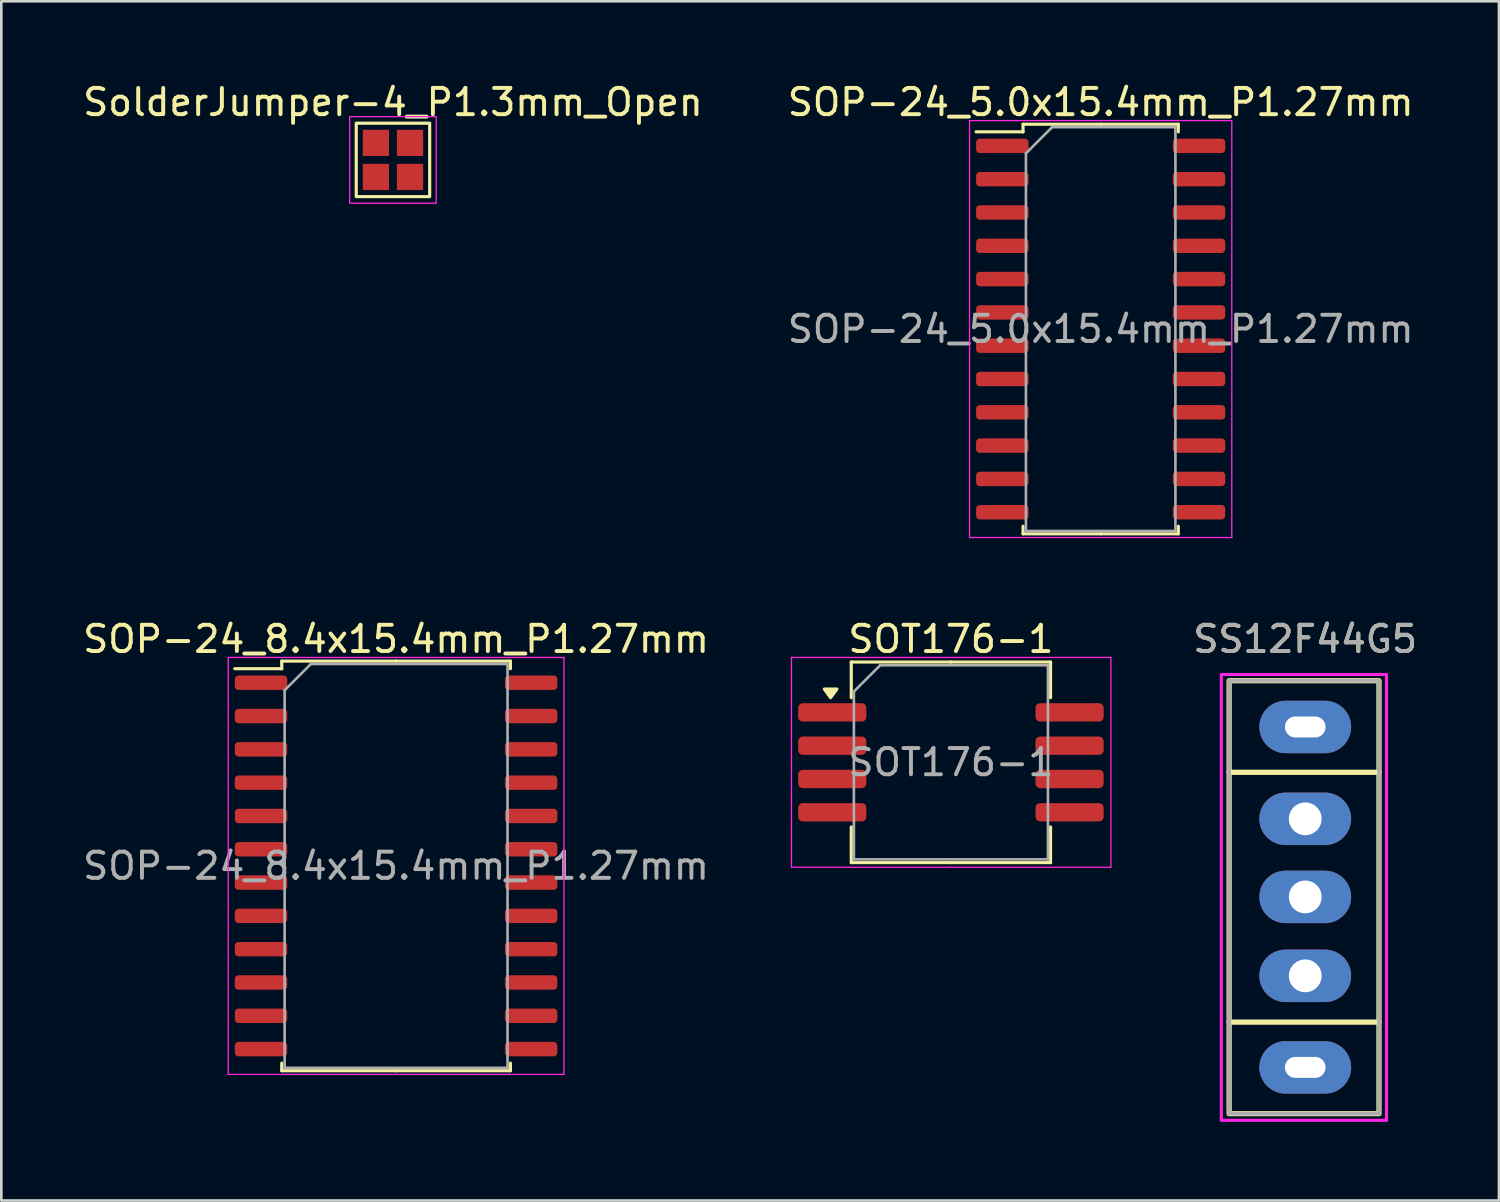
<source format=kicad_pcb>
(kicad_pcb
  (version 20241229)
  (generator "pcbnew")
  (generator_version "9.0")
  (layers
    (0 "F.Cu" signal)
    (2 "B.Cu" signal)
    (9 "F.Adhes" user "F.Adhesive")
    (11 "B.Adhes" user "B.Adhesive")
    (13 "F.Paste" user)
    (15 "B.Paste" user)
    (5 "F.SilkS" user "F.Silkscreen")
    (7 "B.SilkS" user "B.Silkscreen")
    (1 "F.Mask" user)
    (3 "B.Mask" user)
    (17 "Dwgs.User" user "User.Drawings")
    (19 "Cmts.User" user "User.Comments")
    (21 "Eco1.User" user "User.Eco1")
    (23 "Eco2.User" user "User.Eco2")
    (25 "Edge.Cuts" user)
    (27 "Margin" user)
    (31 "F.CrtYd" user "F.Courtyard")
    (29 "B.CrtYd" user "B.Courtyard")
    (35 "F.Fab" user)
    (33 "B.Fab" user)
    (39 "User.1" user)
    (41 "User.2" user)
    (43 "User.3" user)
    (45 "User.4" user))
  (footprint "SolderJumper-4_P1.3mm_Open"
    (layer "F.Cu")
    (at 11.935 3.048)
    (property "Reference" "SolderJumper-4_P1.3mm_Open" (at 0 -2.2 0) (layer "F.SilkS") (effects (font (size 1 1) (thickness 0.15))))
    (attr exclude_from_pos_files exclude_from_bom)
    (fp_rect (start -1.4 -1.4) (end 1.4 1.4) (stroke (width 0.12) (type default)) (fill no) (layer "F.SilkS"))
    (fp_rect (start -1.65 -1.65) (end 1.65 1.65) (stroke (width 0.05) (type default)) (fill no) (layer "F.CrtYd"))
    (pad "1" smd rect (at -0.65 -0.65) (size 1 1) (layers "F.Cu" "F.Mask"))
    (pad "2" smd rect (at -0.65 0.65) (size 1 1) (layers "F.Cu" "F.Mask"))
    (pad "3" smd rect (at 0.65 -0.65) (size 1 1) (layers "F.Cu" "F.Mask"))
    (pad "4" smd rect (at 0.65 0.65) (size 1 1) (layers "F.Cu" "F.Mask")))
  (footprint "SOT176-1"
    (layer "F.Cu")
    (at 33.212 26.021)
    (property "Reference" "SOT176-1" (at 0 -4.7 180) (layer "F.SilkS") (effects (font (size 1 1) (thickness 0.15))))
    (attr smd)
    (fp_line (start -3.8 -3.825) (end -3.8 -2.465) (stroke (width 0.12) (type solid)) (layer "F.SilkS"))
    (fp_line (start -3.8 3.825) (end -3.8 2.465) (stroke (width 0.12) (type solid)) (layer "F.SilkS"))
    (fp_line (start 0 -3.825) (end -3.8 -3.825) (stroke (width 0.12) (type solid)) (layer "F.SilkS"))
    (fp_line (start 0 -3.825) (end 3.8 -3.825) (stroke (width 0.12) (type solid)) (layer "F.SilkS"))
    (fp_line (start 0 3.825) (end -3.8 3.825) (stroke (width 0.12) (type solid)) (layer "F.SilkS"))
    (fp_line (start 0 3.825) (end 3.8 3.825) (stroke (width 0.12) (type solid)) (layer "F.SilkS"))
    (fp_line (start 3.8 -3.825) (end 3.8 -2.465) (stroke (width 0.12) (type solid)) (layer "F.SilkS"))
    (fp_line (start 3.8 3.825) (end 3.8 2.465) (stroke (width 0.12) (type solid)) (layer "F.SilkS"))
    (fp_poly (pts (xy -4.588 -2.465) (xy -4.827 -2.795) (xy -4.348 -2.795) (xy -4.588 -2.465)) (stroke (width 0.12) (type solid)) (fill yes) (layer "F.SilkS"))
    (fp_line (start -6.08 -4) (end -6.08 4) (stroke (width 0.05) (type solid)) (layer "F.CrtYd"))
    (fp_line (start -6.08 4) (end 6.1 4) (stroke (width 0.05) (type solid)) (layer "F.CrtYd"))
    (fp_line (start 6.1 -4) (end -6.08 -4) (stroke (width 0.05) (type solid)) (layer "F.CrtYd"))
    (fp_line (start 6.1 4) (end 6.1 -4) (stroke (width 0.05) (type solid)) (layer "F.CrtYd"))
    (fp_line (start -3.7 -2.7) (end -2.7 -3.7) (stroke (width 0.1) (type solid)) (layer "F.Fab"))
    (fp_line (start -3.7 3.7) (end -3.7 -2.7) (stroke (width 0.1) (type solid)) (layer "F.Fab"))
    (fp_line (start -2.7 -3.7) (end 3.7 -3.7) (stroke (width 0.1) (type solid)) (layer "F.Fab"))
    (fp_line (start 3.7 -3.7) (end 3.7 3.7) (stroke (width 0.1) (type solid)) (layer "F.Fab"))
    (fp_line (start 3.7 3.7) (end -3.7 3.7) (stroke (width 0.1) (type solid)) (layer "F.Fab"))
    (fp_text user "${REFERENCE}" (at 0 0 180) (layer "F.Fab") (effects (font (size 1 1) (thickness 0.15))))
    (pad "1" smd roundrect (at -4.525 -1.905) (size 2.6 0.7) (layers "F.Cu" "F.Mask" "F.Paste") (roundrect_rratio 0.25))
    (pad "2" smd roundrect (at -4.525 -0.635) (size 2.6 0.7) (layers "F.Cu" "F.Mask" "F.Paste") (roundrect_rratio 0.25))
    (pad "3" smd roundrect (at -4.525 0.635) (size 2.6 0.7) (layers "F.Cu" "F.Mask" "F.Paste") (roundrect_rratio 0.25))
    (pad "4" smd roundrect (at -4.525 1.905) (size 2.6 0.7) (layers "F.Cu" "F.Mask" "F.Paste") (roundrect_rratio 0.25))
    (pad "5" smd roundrect (at 4.525 1.905) (size 2.6 0.7) (layers "F.Cu" "F.Mask" "F.Paste") (roundrect_rratio 0.25))
    (pad "6" smd roundrect (at 4.525 0.635) (size 2.6 0.7) (layers "F.Cu" "F.Mask" "F.Paste") (roundrect_rratio 0.25))
    (pad "7" smd roundrect (at 4.525 -0.635) (size 2.6 0.7) (layers "F.Cu" "F.Mask" "F.Paste") (roundrect_rratio 0.25))
    (pad "8" smd roundrect (at 4.525 -1.905) (size 2.6 0.7) (layers "F.Cu" "F.Mask" "F.Paste") (roundrect_rratio 0.25)))
  (footprint "SOP-24_5.0x15.4mm_P1.27mm"
    (layer "F.Cu")
    (at 38.923 9.498)
    (property "Reference" "SOP-24_5.0x15.4mm_P1.27mm" (at 0 -8.65 0) (layer "F.SilkS") (effects (font (size 1 1) (thickness 0.15))))
    (attr smd)
    (fp_line (start -2.96 -7.81) (end -2.96 -7.52) (stroke (width 0.12) (type solid)) (layer "F.SilkS"))
    (fp_line (start -2.96 -7.52) (end -4.75 -7.52) (stroke (width 0.12) (type solid)) (layer "F.SilkS"))
    (fp_line (start -2.96 7.81) (end -2.96 7.52) (stroke (width 0.12) (type solid)) (layer "F.SilkS"))
    (fp_line (start 0 -7.81) (end -2.96 -7.81) (stroke (width 0.12) (type solid)) (layer "F.SilkS"))
    (fp_line (start 0 -7.81) (end 2.96 -7.81) (stroke (width 0.12) (type solid)) (layer "F.SilkS"))
    (fp_line (start 0 7.81) (end -2.96 7.81) (stroke (width 0.12) (type solid)) (layer "F.SilkS"))
    (fp_line (start 0 7.81) (end 2.96 7.81) (stroke (width 0.12) (type solid)) (layer "F.SilkS"))
    (fp_line (start 2.96 -7.81) (end 2.96 -7.52) (stroke (width 0.12) (type solid)) (layer "F.SilkS"))
    (fp_line (start 2.96 7.81) (end 2.96 7.52) (stroke (width 0.12) (type solid)) (layer "F.SilkS"))
    (fp_line (start -5 -7.95) (end -5 7.95) (stroke (width 0.05) (type solid)) (layer "F.CrtYd"))
    (fp_line (start -5 7.95) (end 5 7.95) (stroke (width 0.05) (type solid)) (layer "F.CrtYd"))
    (fp_line (start 5 -7.95) (end -5 -7.95) (stroke (width 0.05) (type solid)) (layer "F.CrtYd"))
    (fp_line (start 5 7.95) (end 5 -7.95) (stroke (width 0.05) (type solid)) (layer "F.CrtYd"))
    (fp_line (start -2.85 -6.7) (end -1.85 -7.7) (stroke (width 0.1) (type solid)) (layer "F.Fab"))
    (fp_line (start -2.85 7.7) (end -2.85 -6.7) (stroke (width 0.1) (type solid)) (layer "F.Fab"))
    (fp_line (start -1.85 -7.7) (end 2.85 -7.7) (stroke (width 0.1) (type solid)) (layer "F.Fab"))
    (fp_line (start 2.85 -7.7) (end 2.85 7.7) (stroke (width 0.1) (type solid)) (layer "F.Fab"))
    (fp_line (start 2.85 7.7) (end -2.85 7.7) (stroke (width 0.1) (type solid)) (layer "F.Fab"))
    (fp_text user "${REFERENCE}" (at 0 0 0) (layer "F.Fab") (effects (font (size 1 1) (thickness 0.15))))
    (pad "1" smd roundrect (at -3.75 -6.985) (size 2 0.55) (layers "F.Cu" "F.Mask" "F.Paste") (roundrect_rratio 0.25))
    (pad "2" smd roundrect (at -3.75 -5.715) (size 2 0.55) (layers "F.Cu" "F.Mask" "F.Paste") (roundrect_rratio 0.25))
    (pad "3" smd roundrect (at -3.75 -4.445) (size 2 0.55) (layers "F.Cu" "F.Mask" "F.Paste") (roundrect_rratio 0.25))
    (pad "4" smd roundrect (at -3.75 -3.175) (size 2 0.55) (layers "F.Cu" "F.Mask" "F.Paste") (roundrect_rratio 0.25))
    (pad "5" smd roundrect (at -3.75 -1.905) (size 2 0.55) (layers "F.Cu" "F.Mask" "F.Paste") (roundrect_rratio 0.25))
    (pad "6" smd roundrect (at -3.75 -0.635) (size 2 0.55) (layers "F.Cu" "F.Mask" "F.Paste") (roundrect_rratio 0.25))
    (pad "7" smd roundrect (at -3.75 0.635) (size 2 0.55) (layers "F.Cu" "F.Mask" "F.Paste") (roundrect_rratio 0.25))
    (pad "8" smd roundrect (at -3.75 1.905) (size 2 0.55) (layers "F.Cu" "F.Mask" "F.Paste") (roundrect_rratio 0.25))
    (pad "9" smd roundrect (at -3.75 3.175) (size 2 0.55) (layers "F.Cu" "F.Mask" "F.Paste") (roundrect_rratio 0.25))
    (pad "10" smd roundrect (at -3.75 4.445) (size 2 0.55) (layers "F.Cu" "F.Mask" "F.Paste") (roundrect_rratio 0.25))
    (pad "11" smd roundrect (at -3.75 5.715) (size 2 0.55) (layers "F.Cu" "F.Mask" "F.Paste") (roundrect_rratio 0.25))
    (pad "12" smd roundrect (at -3.75 6.985) (size 2 0.55) (layers "F.Cu" "F.Mask" "F.Paste") (roundrect_rratio 0.25))
    (pad "13" smd roundrect (at 3.75 6.985) (size 2 0.55) (layers "F.Cu" "F.Mask" "F.Paste") (roundrect_rratio 0.25))
    (pad "14" smd roundrect (at 3.75 5.715) (size 2 0.55) (layers "F.Cu" "F.Mask" "F.Paste") (roundrect_rratio 0.25))
    (pad "15" smd roundrect (at 3.75 4.445) (size 2 0.55) (layers "F.Cu" "F.Mask" "F.Paste") (roundrect_rratio 0.25))
    (pad "16" smd roundrect (at 3.75 3.175) (size 2 0.55) (layers "F.Cu" "F.Mask" "F.Paste") (roundrect_rratio 0.25))
    (pad "17" smd roundrect (at 3.75 1.905) (size 2 0.55) (layers "F.Cu" "F.Mask" "F.Paste") (roundrect_rratio 0.25))
    (pad "18" smd roundrect (at 3.75 0.635) (size 2 0.55) (layers "F.Cu" "F.Mask" "F.Paste") (roundrect_rratio 0.25))
    (pad "19" smd roundrect (at 3.75 -0.635) (size 2 0.55) (layers "F.Cu" "F.Mask" "F.Paste") (roundrect_rratio 0.25))
    (pad "20" smd roundrect (at 3.75 -1.905) (size 2 0.55) (layers "F.Cu" "F.Mask" "F.Paste") (roundrect_rratio 0.25))
    (pad "21" smd roundrect (at 3.75 -3.175) (size 2 0.55) (layers "F.Cu" "F.Mask" "F.Paste") (roundrect_rratio 0.25))
    (pad "22" smd roundrect (at 3.75 -4.445) (size 2 0.55) (layers "F.Cu" "F.Mask" "F.Paste") (roundrect_rratio 0.25))
    (pad "23" smd roundrect (at 3.75 -5.715) (size 2 0.55) (layers "F.Cu" "F.Mask" "F.Paste") (roundrect_rratio 0.25))
    (pad "24" smd roundrect (at 3.75 -6.985) (size 2 0.55) (layers "F.Cu" "F.Mask" "F.Paste") (roundrect_rratio 0.25)))
  (footprint "SS12F44G5"
    (layer "F.Cu")
    (at 46.724 24.672)
    (property "Reference" "SS12F44G5" (at 0 -3.35 0) (unlocked yes) (layer "F.SilkS") (effects (font (size 1 1) (thickness 0.15))))
    (attr through_hole)
    (fp_circle (center 0 6.481) (end 0.625 6.481) (stroke (width 0) (type solid)) (fill yes) (layer "F.Cu"))
    (fp_circle (center 0 9.491) (end 0.625 9.491) (stroke (width 0) (type solid)) (fill yes) (layer "F.Cu"))
    (fp_line (start -2.903 1.728) (end 2.812 1.728) (stroke (width 0.2) (type solid)) (layer "F.SilkS"))
    (fp_line (start -2.903 11.254) (end 2.812 11.254) (stroke (width 0.2) (type solid)) (layer "F.SilkS"))
    (fp_rect (start 2.812 -1.764) (end -2.903 14.746) (stroke (width 0.2) (type solid)) (fill no) (layer "F.SilkS"))
    (fp_rect (start -3.2 -2) (end 3.1 15) (stroke (width 0.12) (type default)) (fill no) (layer "F.CrtYd"))
    (fp_rect (start 2.812 -1.764) (end -2.903 14.746) (stroke (width 0.15) (type solid)) (fill no) (layer "F.Fab"))
    (fp_text user "${REFERENCE}" (at 0 -3.35 0) (unlocked yes) (layer "F.Fab") (effects (font (size 1 1) (thickness 0.15))))
    (pad "" thru_hole oval (at 0 0) (size 3.5 2) (drill oval 1.55 0.8) (layers "*.Cu" "*.Mask"))
    (pad "" thru_hole oval (at 0 12.982) (size 3.5 2) (drill oval 1.55 0.8) (layers "*.Cu" "*.Mask"))
    (pad "1" thru_hole oval (at 0 3.503) (size 3.5 2) (drill 1.25) (layers "*.Cu" "*.Mask"))
    (pad "2" thru_hole oval (at 0 6.481) (size 3.5 2) (drill 1.25) (layers "*.Cu" "*.Mask"))
    (pad "3" thru_hole oval (at 0 9.491) (size 3.5 2) (drill 1.25) (layers "*.Cu" "*.Mask")))
  (footprint "SOP-24_8.4x15.4mm_P1.27mm"
    (layer "F.Cu")
    (at 12.054 29.971)
    (property "Reference" "SOP-24_8.4x15.4mm_P1.27mm" (at 0 -8.65 0) (layer "F.SilkS") (effects (font (size 1 1) (thickness 0.15))))
    (attr smd)
    (fp_line (start -4.36 -7.81) (end -4.36 -7.52) (stroke (width 0.12) (type solid)) (layer "F.SilkS"))
    (fp_line (start -4.36 -7.52) (end -6.15 -7.52) (stroke (width 0.12) (type solid)) (layer "F.SilkS"))
    (fp_line (start -4.36 7.81) (end -4.36 7.52) (stroke (width 0.12) (type solid)) (layer "F.SilkS"))
    (fp_line (start 0 -7.81) (end -4.36 -7.81) (stroke (width 0.12) (type solid)) (layer "F.SilkS"))
    (fp_line (start 0 -7.81) (end 4.36 -7.81) (stroke (width 0.12) (type solid)) (layer "F.SilkS"))
    (fp_line (start 0 7.81) (end -4.36 7.81) (stroke (width 0.12) (type solid)) (layer "F.SilkS"))
    (fp_line (start 0 7.81) (end 4.36 7.81) (stroke (width 0.12) (type solid)) (layer "F.SilkS"))
    (fp_line (start 4.36 -7.81) (end 4.36 -7.52) (stroke (width 0.12) (type solid)) (layer "F.SilkS"))
    (fp_line (start 4.36 7.81) (end 4.36 7.52) (stroke (width 0.12) (type solid)) (layer "F.SilkS"))
    (fp_line (start -6.4 -7.95) (end -6.4 7.95) (stroke (width 0.05) (type solid)) (layer "F.CrtYd"))
    (fp_line (start -6.4 7.95) (end 6.4 7.95) (stroke (width 0.05) (type solid)) (layer "F.CrtYd"))
    (fp_line (start 6.4 -7.95) (end -6.4 -7.95) (stroke (width 0.05) (type solid)) (layer "F.CrtYd"))
    (fp_line (start 6.4 7.95) (end 6.4 -7.95) (stroke (width 0.05) (type solid)) (layer "F.CrtYd"))
    (fp_line (start -4.25 -6.7) (end -3.25 -7.7) (stroke (width 0.1) (type solid)) (layer "F.Fab"))
    (fp_line (start -4.25 7.7) (end -4.25 -6.7) (stroke (width 0.1) (type solid)) (layer "F.Fab"))
    (fp_line (start -3.25 -7.7) (end 4.25 -7.7) (stroke (width 0.1) (type solid)) (layer "F.Fab"))
    (fp_line (start 4.25 -7.7) (end 4.25 7.7) (stroke (width 0.1) (type solid)) (layer "F.Fab"))
    (fp_line (start 4.25 7.7) (end -4.25 7.7) (stroke (width 0.1) (type solid)) (layer "F.Fab"))
    (fp_text user "${REFERENCE}" (at 0 0 0) (layer "F.Fab") (effects (font (size 1 1) (thickness 0.15))))
    (pad "1" smd roundrect (at -5.15 -6.985) (size 2 0.55) (layers "F.Cu" "F.Mask" "F.Paste") (roundrect_rratio 0.25))
    (pad "2" smd roundrect (at -5.15 -5.715) (size 2 0.55) (layers "F.Cu" "F.Mask" "F.Paste") (roundrect_rratio 0.25))
    (pad "3" smd roundrect (at -5.15 -4.445) (size 2 0.55) (layers "F.Cu" "F.Mask" "F.Paste") (roundrect_rratio 0.25))
    (pad "4" smd roundrect (at -5.15 -3.175) (size 2 0.55) (layers "F.Cu" "F.Mask" "F.Paste") (roundrect_rratio 0.25))
    (pad "5" smd roundrect (at -5.15 -1.905) (size 2 0.55) (layers "F.Cu" "F.Mask" "F.Paste") (roundrect_rratio 0.25))
    (pad "6" smd roundrect (at -5.15 -0.635) (size 2 0.55) (layers "F.Cu" "F.Mask" "F.Paste") (roundrect_rratio 0.25))
    (pad "7" smd roundrect (at -5.15 0.635) (size 2 0.55) (layers "F.Cu" "F.Mask" "F.Paste") (roundrect_rratio 0.25))
    (pad "8" smd roundrect (at -5.15 1.905) (size 2 0.55) (layers "F.Cu" "F.Mask" "F.Paste") (roundrect_rratio 0.25))
    (pad "9" smd roundrect (at -5.15 3.175) (size 2 0.55) (layers "F.Cu" "F.Mask" "F.Paste") (roundrect_rratio 0.25))
    (pad "10" smd roundrect (at -5.15 4.445) (size 2 0.55) (layers "F.Cu" "F.Mask" "F.Paste") (roundrect_rratio 0.25))
    (pad "11" smd roundrect (at -5.15 5.715) (size 2 0.55) (layers "F.Cu" "F.Mask" "F.Paste") (roundrect_rratio 0.25))
    (pad "12" smd roundrect (at -5.15 6.985) (size 2 0.55) (layers "F.Cu" "F.Mask" "F.Paste") (roundrect_rratio 0.25))
    (pad "13" smd roundrect (at 5.15 6.985) (size 2 0.55) (layers "F.Cu" "F.Mask" "F.Paste") (roundrect_rratio 0.25))
    (pad "14" smd roundrect (at 5.15 5.715) (size 2 0.55) (layers "F.Cu" "F.Mask" "F.Paste") (roundrect_rratio 0.25))
    (pad "15" smd roundrect (at 5.15 4.445) (size 2 0.55) (layers "F.Cu" "F.Mask" "F.Paste") (roundrect_rratio 0.25))
    (pad "16" smd roundrect (at 5.15 3.175) (size 2 0.55) (layers "F.Cu" "F.Mask" "F.Paste") (roundrect_rratio 0.25))
    (pad "17" smd roundrect (at 5.15 1.905) (size 2 0.55) (layers "F.Cu" "F.Mask" "F.Paste") (roundrect_rratio 0.25))
    (pad "18" smd roundrect (at 5.15 0.635) (size 2 0.55) (layers "F.Cu" "F.Mask" "F.Paste") (roundrect_rratio 0.25))
    (pad "19" smd roundrect (at 5.15 -0.635) (size 2 0.55) (layers "F.Cu" "F.Mask" "F.Paste") (roundrect_rratio 0.25))
    (pad "20" smd roundrect (at 5.15 -1.905) (size 2 0.55) (layers "F.Cu" "F.Mask" "F.Paste") (roundrect_rratio 0.25))
    (pad "21" smd roundrect (at 5.15 -3.175) (size 2 0.55) (layers "F.Cu" "F.Mask" "F.Paste") (roundrect_rratio 0.25))
    (pad "22" smd roundrect (at 5.15 -4.445) (size 2 0.55) (layers "F.Cu" "F.Mask" "F.Paste") (roundrect_rratio 0.25))
    (pad "23" smd roundrect (at 5.15 -5.715) (size 2 0.55) (layers "F.Cu" "F.Mask" "F.Paste") (roundrect_rratio 0.25))
    (pad "24" smd roundrect (at 5.15 -6.985) (size 2 0.55) (layers "F.Cu" "F.Mask" "F.Paste") (roundrect_rratio 0.25)))
  (gr_rect
    (start -3 -3)
    (end 54.111 42.731)
    (stroke (width 0.1) (type default))
    (fill no)
    (layer "Edge.Cuts")))
</source>
